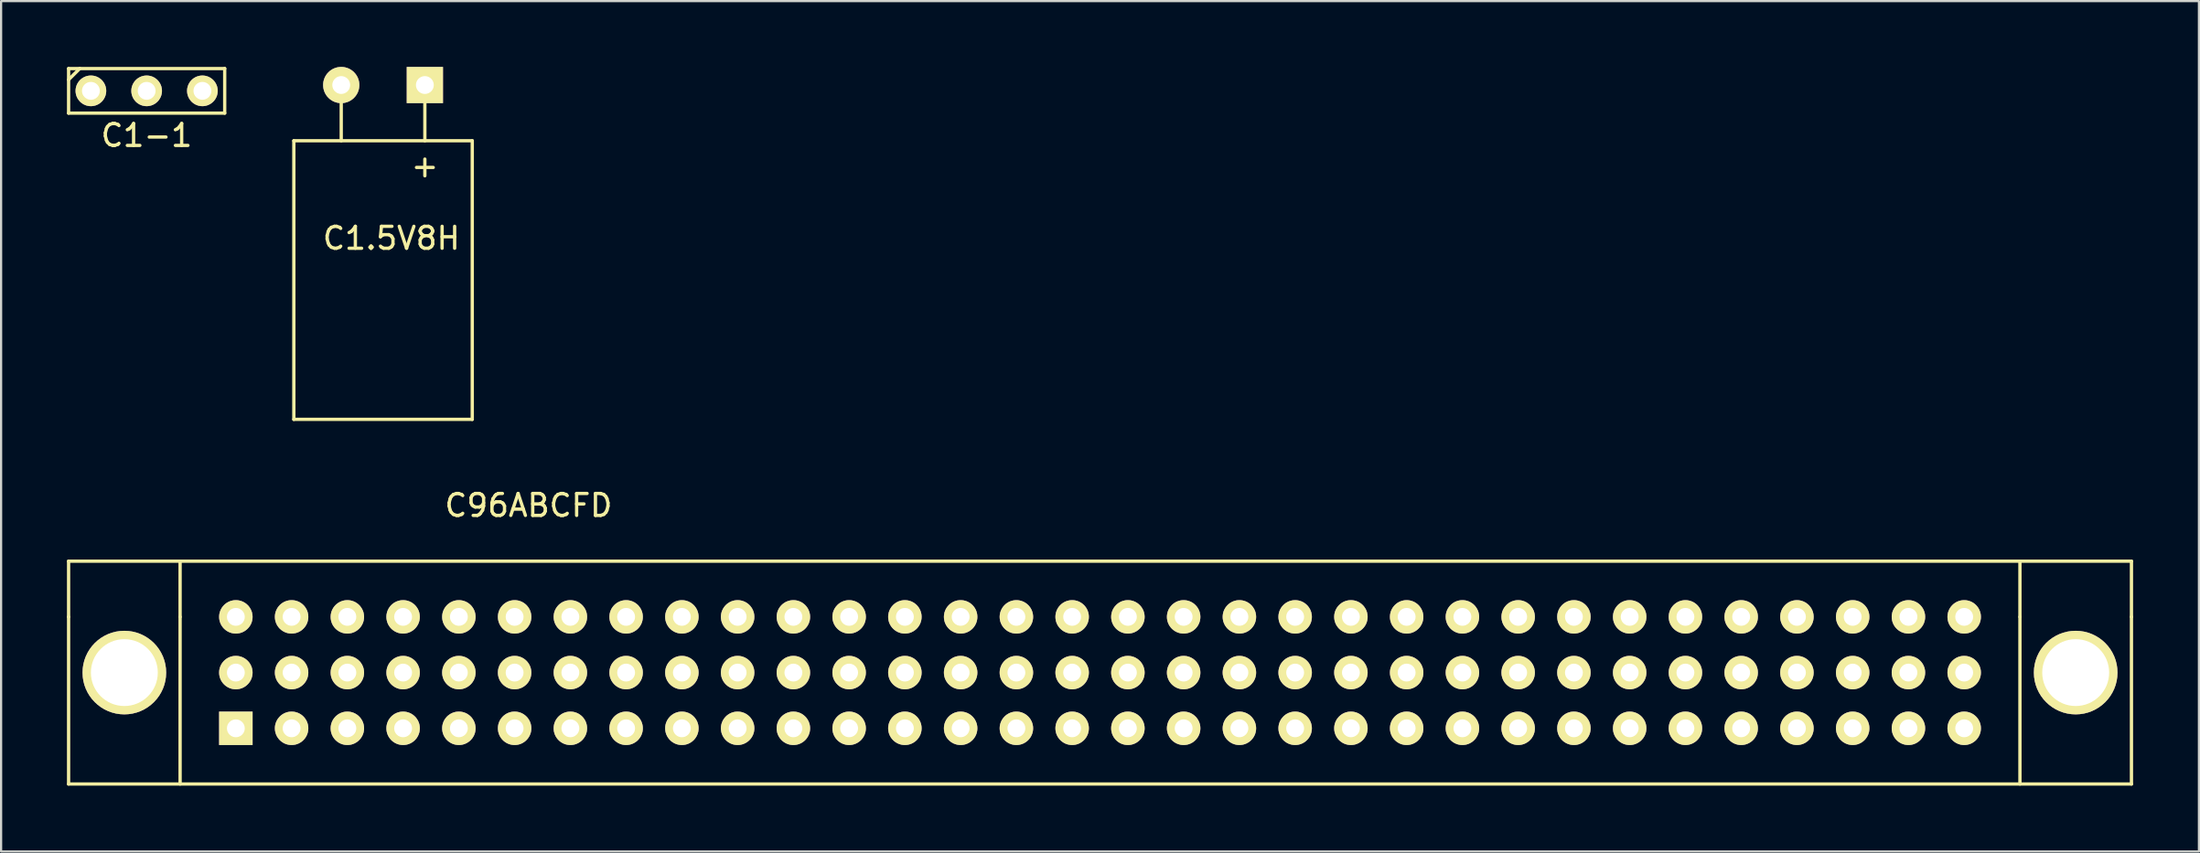
<source format=kicad_pcb>
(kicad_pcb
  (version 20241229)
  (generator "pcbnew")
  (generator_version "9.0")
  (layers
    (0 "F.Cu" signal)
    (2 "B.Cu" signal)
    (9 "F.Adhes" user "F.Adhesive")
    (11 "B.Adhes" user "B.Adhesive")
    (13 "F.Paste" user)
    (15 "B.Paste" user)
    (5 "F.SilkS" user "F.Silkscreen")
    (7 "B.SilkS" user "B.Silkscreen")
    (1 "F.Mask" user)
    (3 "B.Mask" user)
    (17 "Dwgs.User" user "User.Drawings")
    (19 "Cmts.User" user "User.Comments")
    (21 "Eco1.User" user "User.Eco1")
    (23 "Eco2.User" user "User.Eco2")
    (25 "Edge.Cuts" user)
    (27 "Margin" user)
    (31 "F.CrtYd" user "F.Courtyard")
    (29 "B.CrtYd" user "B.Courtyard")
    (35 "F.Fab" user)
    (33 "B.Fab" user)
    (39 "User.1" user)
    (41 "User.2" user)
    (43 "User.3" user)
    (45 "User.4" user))
  (footprint "C96ABCFD"
    (layer "F.Cu")
    (at 47.065 27.609)
    (property "Reference" "C96ABCFD" (at -26.035 -7.62 0) (layer "F.SilkS") (effects (font (size 1 1) (thickness 0.15))))
    (attr through_hole)
    (fp_line (start -46.99 -5.08) (end 46.99 -5.08) (stroke (width 0.15) (type solid)) (layer "F.SilkS"))
    (fp_line (start -46.99 -2.54) (end -46.99 -5.08) (stroke (width 0.15) (type solid)) (layer "F.SilkS"))
    (fp_line (start -46.99 -2.54) (end -46.99 5.08) (stroke (width 0.15) (type solid)) (layer "F.SilkS"))
    (fp_line (start -46.99 5.08) (end 46.99 5.08) (stroke (width 0.15) (type solid)) (layer "F.SilkS"))
    (fp_line (start -41.91 -2.54) (end -41.91 -5.08) (stroke (width 0.15) (type solid)) (layer "F.SilkS"))
    (fp_line (start -41.91 -2.54) (end -41.91 5.08) (stroke (width 0.15) (type solid)) (layer "F.SilkS"))
    (fp_line (start 41.91 -5.08) (end 41.91 -2.54) (stroke (width 0.15) (type solid)) (layer "F.SilkS"))
    (fp_line (start 41.91 -2.54) (end 41.91 5.08) (stroke (width 0.15) (type solid)) (layer "F.SilkS"))
    (fp_line (start 46.99 -5.08) (end 46.99 -2.54) (stroke (width 0.15) (type solid)) (layer "F.SilkS"))
    (fp_line (start 46.99 5.08) (end 46.99 -2.54) (stroke (width 0.15) (type solid)) (layer "F.SilkS"))
    (pad "65" thru_hole circle (at -44.45 0) (size 3.81 3.81) (drill 3.048) (layers "*.Cu" "*.Mask" "F.SilkS"))
    (pad "66" thru_hole circle (at 44.45 0) (size 3.81 3.81) (drill 3.048) (layers "*.Cu" "*.Mask" "F.SilkS"))
    (pad "A1" thru_hole rect (at -39.37 2.54) (size 1.524 1.524) (drill 0.813) (layers "*.Cu" "*.Mask" "F.SilkS"))
    (pad "A2" thru_hole circle (at -36.83 2.54) (size 1.524 1.524) (drill 0.813) (layers "*.Cu" "*.Mask" "F.SilkS"))
    (pad "A3" thru_hole circle (at -34.29 2.54) (size 1.524 1.524) (drill 0.813) (layers "*.Cu" "*.Mask" "F.SilkS"))
    (pad "A4" thru_hole circle (at -31.75 2.54) (size 1.524 1.524) (drill 0.813) (layers "*.Cu" "*.Mask" "F.SilkS"))
    (pad "A5" thru_hole circle (at -29.21 2.54) (size 1.524 1.524) (drill 0.813) (layers "*.Cu" "*.Mask" "F.SilkS"))
    (pad "A6" thru_hole circle (at -26.67 2.54) (size 1.524 1.524) (drill 0.813) (layers "*.Cu" "*.Mask" "F.SilkS"))
    (pad "A7" thru_hole circle (at -24.13 2.54) (size 1.524 1.524) (drill 0.813) (layers "*.Cu" "*.Mask" "F.SilkS"))
    (pad "A8" thru_hole circle (at -21.59 2.54) (size 1.524 1.524) (drill 0.813) (layers "*.Cu" "*.Mask" "F.SilkS"))
    (pad "A9" thru_hole circle (at -19.05 2.54) (size 1.524 1.524) (drill 0.813) (layers "*.Cu" "*.Mask" "F.SilkS"))
    (pad "A10" thru_hole circle (at -16.51 2.54) (size 1.524 1.524) (drill 0.813) (layers "*.Cu" "*.Mask" "F.SilkS"))
    (pad "A11" thru_hole circle (at -13.97 2.54) (size 1.524 1.524) (drill 0.813) (layers "*.Cu" "*.Mask" "F.SilkS"))
    (pad "A12" thru_hole circle (at -11.43 2.54) (size 1.524 1.524) (drill 0.813) (layers "*.Cu" "*.Mask" "F.SilkS"))
    (pad "A13" thru_hole circle (at -8.89 2.54) (size 1.524 1.524) (drill 0.813) (layers "*.Cu" "*.Mask" "F.SilkS"))
    (pad "A14" thru_hole circle (at -6.35 2.54) (size 1.524 1.524) (drill 0.813) (layers "*.Cu" "*.Mask" "F.SilkS"))
    (pad "A15" thru_hole circle (at -3.81 2.54) (size 1.524 1.524) (drill 0.813) (layers "*.Cu" "*.Mask" "F.SilkS"))
    (pad "A16" thru_hole circle (at -1.27 2.54) (size 1.524 1.524) (drill 0.813) (layers "*.Cu" "*.Mask" "F.SilkS"))
    (pad "A17" thru_hole circle (at 1.27 2.54) (size 1.524 1.524) (drill 0.813) (layers "*.Cu" "*.Mask" "F.SilkS"))
    (pad "A18" thru_hole circle (at 3.81 2.54) (size 1.524 1.524) (drill 0.813) (layers "*.Cu" "*.Mask" "F.SilkS"))
    (pad "A19" thru_hole circle (at 6.35 2.54) (size 1.524 1.524) (drill 0.813) (layers "*.Cu" "*.Mask" "F.SilkS"))
    (pad "A20" thru_hole circle (at 8.89 2.54) (size 1.524 1.524) (drill 0.813) (layers "*.Cu" "*.Mask" "F.SilkS"))
    (pad "A21" thru_hole circle (at 11.43 2.54) (size 1.524 1.524) (drill 0.813) (layers "*.Cu" "*.Mask" "F.SilkS"))
    (pad "A22" thru_hole circle (at 13.97 2.54) (size 1.524 1.524) (drill 0.813) (layers "*.Cu" "*.Mask" "F.SilkS"))
    (pad "A23" thru_hole circle (at 16.51 2.54) (size 1.524 1.524) (drill 0.813) (layers "*.Cu" "*.Mask" "F.SilkS"))
    (pad "A24" thru_hole circle (at 19.05 2.54) (size 1.524 1.524) (drill 0.813) (layers "*.Cu" "*.Mask" "F.SilkS"))
    (pad "A25" thru_hole circle (at 21.59 2.54) (size 1.524 1.524) (drill 0.813) (layers "*.Cu" "*.Mask" "F.SilkS"))
    (pad "A26" thru_hole circle (at 24.13 2.54) (size 1.524 1.524) (drill 0.813) (layers "*.Cu" "*.Mask" "F.SilkS"))
    (pad "A27" thru_hole circle (at 26.67 2.54) (size 1.524 1.524) (drill 0.813) (layers "*.Cu" "*.Mask" "F.SilkS"))
    (pad "A28" thru_hole circle (at 29.21 2.54) (size 1.524 1.524) (drill 0.813) (layers "*.Cu" "*.Mask" "F.SilkS"))
    (pad "A29" thru_hole circle (at 31.75 2.54) (size 1.524 1.524) (drill 0.813) (layers "*.Cu" "*.Mask" "F.SilkS"))
    (pad "A30" thru_hole circle (at 34.29 2.54) (size 1.524 1.524) (drill 0.813) (layers "*.Cu" "*.Mask" "F.SilkS"))
    (pad "A31" thru_hole circle (at 36.83 2.54) (size 1.524 1.524) (drill 0.813) (layers "*.Cu" "*.Mask" "F.SilkS"))
    (pad "A32" thru_hole circle (at 39.37 2.54) (size 1.524 1.524) (drill 0.813) (layers "*.Cu" "*.Mask" "F.SilkS"))
    (pad "B1" thru_hole circle (at -39.37 0) (size 1.524 1.524) (drill 0.813) (layers "*.Cu" "*.Mask" "F.SilkS"))
    (pad "B2" thru_hole circle (at -36.83 0) (size 1.524 1.524) (drill 0.813) (layers "*.Cu" "*.Mask" "F.SilkS"))
    (pad "B3" thru_hole circle (at -34.29 0) (size 1.524 1.524) (drill 0.813) (layers "*.Cu" "*.Mask" "F.SilkS"))
    (pad "B4" thru_hole circle (at -31.75 0) (size 1.524 1.524) (drill 0.813) (layers "*.Cu" "*.Mask" "F.SilkS"))
    (pad "B5" thru_hole circle (at -29.21 0) (size 1.524 1.524) (drill 0.813) (layers "*.Cu" "*.Mask" "F.SilkS"))
    (pad "B6" thru_hole circle (at -26.67 0) (size 1.524 1.524) (drill 0.813) (layers "*.Cu" "*.Mask" "F.SilkS"))
    (pad "B7" thru_hole circle (at -24.13 0) (size 1.524 1.524) (drill 0.813) (layers "*.Cu" "*.Mask" "F.SilkS"))
    (pad "B8" thru_hole circle (at -21.59 0) (size 1.524 1.524) (drill 0.813) (layers "*.Cu" "*.Mask" "F.SilkS"))
    (pad "B9" thru_hole circle (at -19.05 0) (size 1.524 1.524) (drill 0.813) (layers "*.Cu" "*.Mask" "F.SilkS"))
    (pad "B10" thru_hole circle (at -16.51 0) (size 1.524 1.524) (drill 0.813) (layers "*.Cu" "*.Mask" "F.SilkS"))
    (pad "B11" thru_hole circle (at -13.97 0) (size 1.524 1.524) (drill 0.813) (layers "*.Cu" "*.Mask" "F.SilkS"))
    (pad "B12" thru_hole circle (at -11.43 0) (size 1.524 1.524) (drill 0.813) (layers "*.Cu" "*.Mask" "F.SilkS"))
    (pad "B13" thru_hole circle (at -8.89 0) (size 1.524 1.524) (drill 0.813) (layers "*.Cu" "*.Mask" "F.SilkS"))
    (pad "B14" thru_hole circle (at -6.35 0) (size 1.524 1.524) (drill 0.813) (layers "*.Cu" "*.Mask" "F.SilkS"))
    (pad "B15" thru_hole circle (at -3.81 0) (size 1.524 1.524) (drill 0.813) (layers "*.Cu" "*.Mask" "F.SilkS"))
    (pad "B16" thru_hole circle (at -1.27 0) (size 1.524 1.524) (drill 0.813) (layers "*.Cu" "*.Mask" "F.SilkS"))
    (pad "B17" thru_hole circle (at 1.27 0) (size 1.524 1.524) (drill 0.813) (layers "*.Cu" "*.Mask" "F.SilkS"))
    (pad "B18" thru_hole circle (at 3.81 0) (size 1.524 1.524) (drill 0.813) (layers "*.Cu" "*.Mask" "F.SilkS"))
    (pad "B19" thru_hole circle (at 6.35 0) (size 1.524 1.524) (drill 0.813) (layers "*.Cu" "*.Mask" "F.SilkS"))
    (pad "B20" thru_hole circle (at 8.89 0) (size 1.524 1.524) (drill 0.813) (layers "*.Cu" "*.Mask" "F.SilkS"))
    (pad "B21" thru_hole circle (at 11.43 0) (size 1.524 1.524) (drill 0.813) (layers "*.Cu" "*.Mask" "F.SilkS"))
    (pad "B22" thru_hole circle (at 13.97 0) (size 1.524 1.524) (drill 0.813) (layers "*.Cu" "*.Mask" "F.SilkS"))
    (pad "B23" thru_hole circle (at 16.51 0) (size 1.524 1.524) (drill 0.813) (layers "*.Cu" "*.Mask" "F.SilkS"))
    (pad "B24" thru_hole circle (at 19.05 0) (size 1.524 1.524) (drill 0.813) (layers "*.Cu" "*.Mask" "F.SilkS"))
    (pad "B25" thru_hole circle (at 21.59 0) (size 1.524 1.524) (drill 0.813) (layers "*.Cu" "*.Mask" "F.SilkS"))
    (pad "B26" thru_hole circle (at 24.13 0) (size 1.524 1.524) (drill 0.813) (layers "*.Cu" "*.Mask" "F.SilkS"))
    (pad "B27" thru_hole circle (at 26.67 0) (size 1.524 1.524) (drill 0.813) (layers "*.Cu" "*.Mask" "F.SilkS"))
    (pad "B28" thru_hole circle (at 29.21 0) (size 1.524 1.524) (drill 0.813) (layers "*.Cu" "*.Mask" "F.SilkS"))
    (pad "B29" thru_hole circle (at 31.75 0) (size 1.524 1.524) (drill 0.813) (layers "*.Cu" "*.Mask" "F.SilkS"))
    (pad "B30" thru_hole circle (at 34.29 0) (size 1.524 1.524) (drill 0.813) (layers "*.Cu" "*.Mask" "F.SilkS"))
    (pad "B31" thru_hole circle (at 36.83 0) (size 1.524 1.524) (drill 0.813) (layers "*.Cu" "*.Mask" "F.SilkS"))
    (pad "B32" thru_hole circle (at 39.37 0) (size 1.524 1.524) (drill 0.813) (layers "*.Cu" "*.Mask" "F.SilkS"))
    (pad "C1" thru_hole circle (at -39.37 -2.54) (size 1.524 1.524) (drill 0.813) (layers "*.Cu" "*.Mask" "F.SilkS"))
    (pad "C2" thru_hole circle (at -36.83 -2.54) (size 1.524 1.524) (drill 0.813) (layers "*.Cu" "*.Mask" "F.SilkS"))
    (pad "C3" thru_hole circle (at -34.29 -2.54) (size 1.524 1.524) (drill 0.813) (layers "*.Cu" "*.Mask" "F.SilkS"))
    (pad "C4" thru_hole circle (at -31.75 -2.54) (size 1.524 1.524) (drill 0.813) (layers "*.Cu" "*.Mask" "F.SilkS"))
    (pad "C5" thru_hole circle (at -29.21 -2.54) (size 1.524 1.524) (drill 0.813) (layers "*.Cu" "*.Mask" "F.SilkS"))
    (pad "C6" thru_hole circle (at -26.67 -2.54) (size 1.524 1.524) (drill 0.813) (layers "*.Cu" "*.Mask" "F.SilkS"))
    (pad "C7" thru_hole circle (at -24.13 -2.54) (size 1.524 1.524) (drill 0.813) (layers "*.Cu" "*.Mask" "F.SilkS"))
    (pad "C8" thru_hole circle (at -21.59 -2.54) (size 1.524 1.524) (drill 0.813) (layers "*.Cu" "*.Mask" "F.SilkS"))
    (pad "C9" thru_hole circle (at -19.05 -2.54) (size 1.524 1.524) (drill 0.813) (layers "*.Cu" "*.Mask" "F.SilkS"))
    (pad "C10" thru_hole circle (at -16.51 -2.54) (size 1.524 1.524) (drill 0.813) (layers "*.Cu" "*.Mask" "F.SilkS"))
    (pad "C11" thru_hole circle (at -13.97 -2.54) (size 1.524 1.524) (drill 0.813) (layers "*.Cu" "*.Mask" "F.SilkS"))
    (pad "C12" thru_hole circle (at -11.43 -2.54) (size 1.524 1.524) (drill 0.813) (layers "*.Cu" "*.Mask" "F.SilkS"))
    (pad "C13" thru_hole circle (at -8.89 -2.54) (size 1.524 1.524) (drill 0.813) (layers "*.Cu" "*.Mask" "F.SilkS"))
    (pad "C14" thru_hole circle (at -6.35 -2.54) (size 1.524 1.524) (drill 0.813) (layers "*.Cu" "*.Mask" "F.SilkS"))
    (pad "C15" thru_hole circle (at -3.81 -2.54) (size 1.524 1.524) (drill 0.813) (layers "*.Cu" "*.Mask" "F.SilkS"))
    (pad "C16" thru_hole circle (at -1.27 -2.54) (size 1.524 1.524) (drill 0.813) (layers "*.Cu" "*.Mask" "F.SilkS"))
    (pad "C17" thru_hole circle (at 1.27 -2.54) (size 1.524 1.524) (drill 0.813) (layers "*.Cu" "*.Mask" "F.SilkS"))
    (pad "C18" thru_hole circle (at 3.81 -2.54) (size 1.524 1.524) (drill 0.813) (layers "*.Cu" "*.Mask" "F.SilkS"))
    (pad "C19" thru_hole circle (at 6.35 -2.54) (size 1.524 1.524) (drill 0.813) (layers "*.Cu" "*.Mask" "F.SilkS"))
    (pad "C20" thru_hole circle (at 8.89 -2.54) (size 1.524 1.524) (drill 0.813) (layers "*.Cu" "*.Mask" "F.SilkS"))
    (pad "C21" thru_hole circle (at 11.43 -2.54) (size 1.524 1.524) (drill 0.813) (layers "*.Cu" "*.Mask" "F.SilkS"))
    (pad "C22" thru_hole circle (at 13.97 -2.54) (size 1.524 1.524) (drill 0.813) (layers "*.Cu" "*.Mask" "F.SilkS"))
    (pad "C23" thru_hole circle (at 16.51 -2.54) (size 1.524 1.524) (drill 0.813) (layers "*.Cu" "*.Mask" "F.SilkS"))
    (pad "C24" thru_hole circle (at 19.05 -2.54) (size 1.524 1.524) (drill 0.813) (layers "*.Cu" "*.Mask" "F.SilkS"))
    (pad "C25" thru_hole circle (at 21.59 -2.54) (size 1.524 1.524) (drill 0.813) (layers "*.Cu" "*.Mask" "F.SilkS"))
    (pad "C26" thru_hole circle (at 24.13 -2.54) (size 1.524 1.524) (drill 0.813) (layers "*.Cu" "*.Mask" "F.SilkS"))
    (pad "C27" thru_hole circle (at 26.67 -2.54) (size 1.524 1.524) (drill 0.813) (layers "*.Cu" "*.Mask" "F.SilkS"))
    (pad "C28" thru_hole circle (at 29.21 -2.54) (size 1.524 1.524) (drill 0.813) (layers "*.Cu" "*.Mask" "F.SilkS"))
    (pad "C29" thru_hole circle (at 31.75 -2.54) (size 1.524 1.524) (drill 0.813) (layers "*.Cu" "*.Mask" "F.SilkS"))
    (pad "C30" thru_hole circle (at 34.29 -2.54) (size 1.524 1.524) (drill 0.813) (layers "*.Cu" "*.Mask" "F.SilkS"))
    (pad "C31" thru_hole circle (at 36.83 -2.54) (size 1.524 1.524) (drill 0.813) (layers "*.Cu" "*.Mask" "F.SilkS"))
    (pad "C32" thru_hole circle (at 39.37 -2.54) (size 1.524 1.524) (drill 0.813) (layers "*.Cu" "*.Mask" "F.SilkS")))
  (footprint "C1-1"
    (layer "F.Cu")
    (at 3.631 1.091)
    (property "Reference" "C1-1" (at 0 2.032 0) (layer "F.SilkS") (effects (font (size 1 1) (thickness 0.15))))
    (attr through_hole)
    (fp_line (start -3.556 -1.016) (end 3.556 -1.016) (stroke (width 0.15) (type solid)) (layer "F.SilkS"))
    (fp_line (start -3.556 -0.508) (end -3.048 -1.016) (stroke (width 0.15) (type solid)) (layer "F.SilkS"))
    (fp_line (start -3.556 1.016) (end -3.556 -1.016) (stroke (width 0.15) (type solid)) (layer "F.SilkS"))
    (fp_line (start 3.556 -1.016) (end 3.556 1.016) (stroke (width 0.15) (type solid)) (layer "F.SilkS"))
    (fp_line (start 3.556 1.016) (end -3.556 1.016) (stroke (width 0.15) (type solid)) (layer "F.SilkS"))
    (pad "1" thru_hole circle (at -2.54 0) (size 1.397 1.397) (drill 0.813) (layers "*.Cu" "*.Mask" "F.SilkS"))
    (pad "2" thru_hole circle (at 0 0) (size 1.397 1.397) (drill 0.813) (layers "*.Cu" "*.Mask" "F.SilkS"))
    (pad "2" thru_hole circle (at 2.54 0) (size 1.397 1.397) (drill 0.813) (layers "*.Cu" "*.Mask" "F.SilkS")))
  (footprint "C1.5V8H"
    (layer "F.Cu")
    (at 14.401 0.826)
    (property "Reference" "C1.5V8H" (at 0.381 6.985 0) (layer "F.SilkS") (effects (font (size 1 1) (thickness 0.15))))
    (attr through_hole)
    (fp_line (start -4.064 2.54) (end -4.064 15.24) (stroke (width 0.15) (type solid)) (layer "F.SilkS"))
    (fp_line (start -4.064 15.24) (end 4.064 15.24) (stroke (width 0.15) (type solid)) (layer "F.SilkS"))
    (fp_line (start -1.905 0) (end -1.905 2.54) (stroke (width 0.15) (type solid)) (layer "F.SilkS"))
    (fp_line (start 1.905 0) (end 1.905 2.54) (stroke (width 0.15) (type solid)) (layer "F.SilkS"))
    (fp_line (start 4.064 2.54) (end -4.064 2.54) (stroke (width 0.15) (type solid)) (layer "F.SilkS"))
    (fp_line (start 4.064 2.54) (end 4.064 15.24) (stroke (width 0.15) (type solid)) (layer "F.SilkS"))
    (fp_text user "+" (at 1.905 3.683 0) (layer "F.SilkS") (effects (font (size 1 1) (thickness 0.15))))
    (pad "1" thru_hole rect (at 1.905 0) (size 1.651 1.651) (drill 0.813) (layers "*.Cu" "*.Mask" "F.SilkS"))
    (pad "2" thru_hole circle (at -1.905 0) (size 1.651 1.651) (drill 0.813) (layers "*.Cu" "*.Mask" "F.SilkS")))
  (gr_rect
    (start -3 -3)
    (end 97.13 35.764)
    (stroke (width 0.1) (type default))
    (fill no)
    (layer "Edge.Cuts")))
</source>
